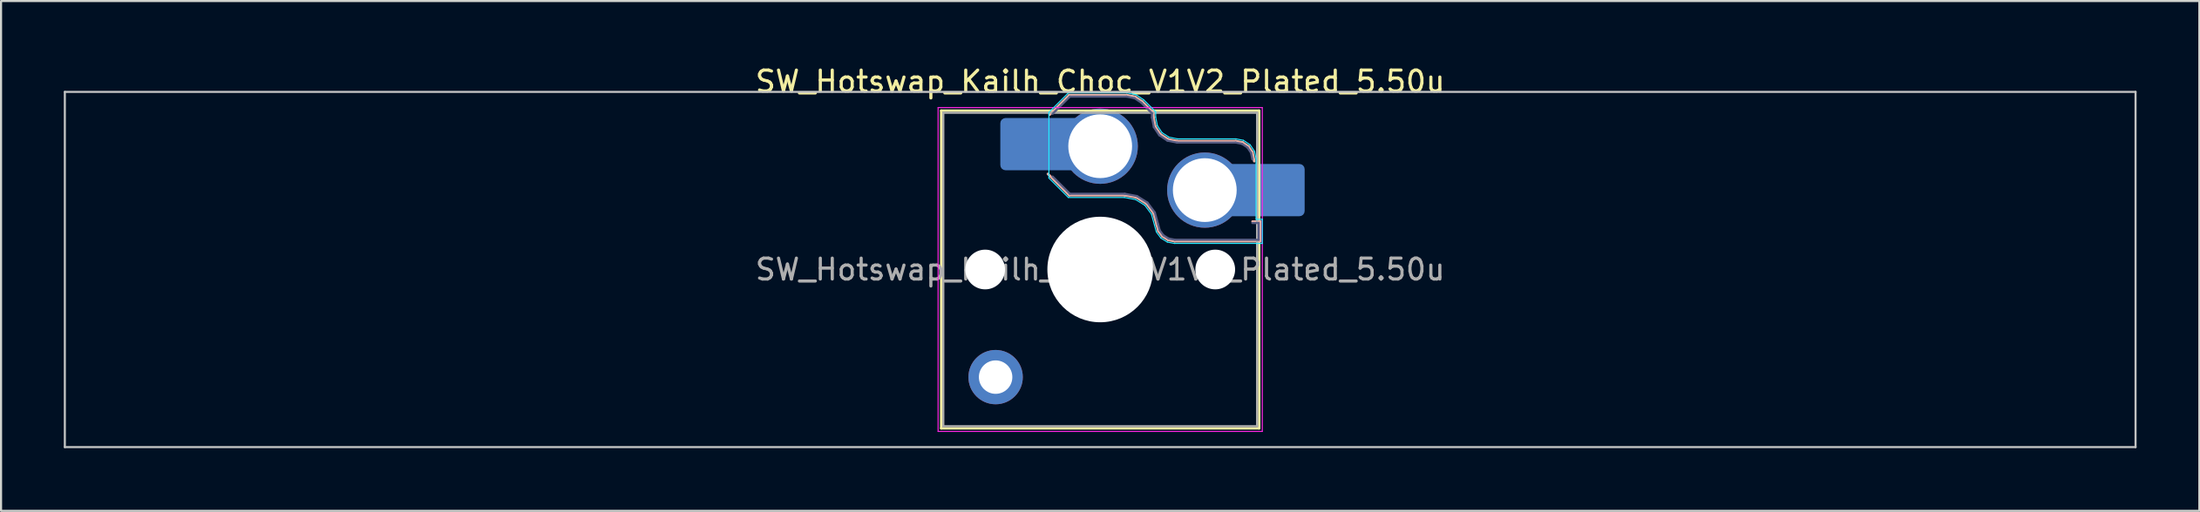
<source format=kicad_pcb>
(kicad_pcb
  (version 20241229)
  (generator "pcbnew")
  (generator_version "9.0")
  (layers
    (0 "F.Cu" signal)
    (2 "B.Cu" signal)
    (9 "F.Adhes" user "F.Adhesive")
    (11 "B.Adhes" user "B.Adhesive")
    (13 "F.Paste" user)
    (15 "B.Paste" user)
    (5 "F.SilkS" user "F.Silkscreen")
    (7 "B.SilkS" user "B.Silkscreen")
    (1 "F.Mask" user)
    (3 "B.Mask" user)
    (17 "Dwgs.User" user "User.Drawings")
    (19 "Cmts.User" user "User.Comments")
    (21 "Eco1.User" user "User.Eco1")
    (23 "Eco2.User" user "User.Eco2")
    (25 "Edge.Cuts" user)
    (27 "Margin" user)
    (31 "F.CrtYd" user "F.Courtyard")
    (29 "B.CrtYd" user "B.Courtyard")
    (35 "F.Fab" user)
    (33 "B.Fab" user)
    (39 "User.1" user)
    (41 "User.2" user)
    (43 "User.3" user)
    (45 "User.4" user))
  (footprint "SW_Hotswap_Kailh_Choc_V1V2_Plated_5.50u"
    (layer "F.Cu")
    (at 49.55 9.848)
    (property "Reference" "SW_Hotswap_Kailh_Choc_V1V2_Plated_5.50u" (at 0 -9 0) (layer "F.SilkS") (effects (font (size 1 1) (thickness 0.15))))
    (attr smd)
    (fp_line (start -7.6 -7.6) (end -7.6 7.6) (stroke (width 0.12) (type solid)) (layer "F.SilkS"))
    (fp_line (start -7.6 7.6) (end 7.6 7.6) (stroke (width 0.12) (type solid)) (layer "F.SilkS"))
    (fp_line (start 7.6 -7.6) (end -7.6 -7.6) (stroke (width 0.12) (type solid)) (layer "F.SilkS"))
    (fp_line (start 7.6 7.6) (end 7.6 -7.6) (stroke (width 0.12) (type solid)) (layer "F.SilkS"))
    (fp_line (start -2.416 -7.409) (end -1.479 -8.346) (stroke (width 0.12) (type solid)) (layer "B.SilkS"))
    (fp_line (start -1.479 -8.346) (end 1.268 -8.346) (stroke (width 0.12) (type solid)) (layer "B.SilkS"))
    (fp_line (start -1.479 -3.554) (end -2.5 -4.575) (stroke (width 0.12) (type solid)) (layer "B.SilkS"))
    (fp_line (start 1.168 -3.554) (end -1.479 -3.554) (stroke (width 0.12) (type solid)) (layer "B.SilkS"))
    (fp_line (start 1.268 -8.346) (end 1.671 -8.266) (stroke (width 0.12) (type solid)) (layer "B.SilkS"))
    (fp_line (start 1.671 -8.266) (end 2.013 -8.037) (stroke (width 0.12) (type solid)) (layer "B.SilkS"))
    (fp_line (start 1.73 -3.449) (end 1.168 -3.554) (stroke (width 0.12) (type solid)) (layer "B.SilkS"))
    (fp_line (start 2.013 -8.037) (end 2.546 -7.504) (stroke (width 0.12) (type solid)) (layer "B.SilkS"))
    (fp_line (start 2.209 -3.15) (end 1.73 -3.449) (stroke (width 0.12) (type solid)) (layer "B.SilkS"))
    (fp_line (start 2.546 -7.504) (end 2.546 -7.282) (stroke (width 0.12) (type solid)) (layer "B.SilkS"))
    (fp_line (start 2.546 -7.282) (end 2.633 -6.844) (stroke (width 0.12) (type solid)) (layer "B.SilkS"))
    (fp_line (start 2.547 -2.697) (end 2.209 -3.15) (stroke (width 0.12) (type solid)) (layer "B.SilkS"))
    (fp_line (start 2.633 -6.844) (end 2.877 -6.477) (stroke (width 0.12) (type solid)) (layer "B.SilkS"))
    (fp_line (start 2.701 -2.139) (end 2.547 -2.697) (stroke (width 0.12) (type solid)) (layer "B.SilkS"))
    (fp_line (start 2.783 -1.841) (end 2.701 -2.139) (stroke (width 0.12) (type solid)) (layer "B.SilkS"))
    (fp_line (start 2.877 -6.477) (end 3.244 -6.233) (stroke (width 0.12) (type solid)) (layer "B.SilkS"))
    (fp_line (start 2.976 -1.583) (end 2.783 -1.841) (stroke (width 0.12) (type solid)) (layer "B.SilkS"))
    (fp_line (start 3.244 -6.233) (end 3.682 -6.146) (stroke (width 0.12) (type solid)) (layer "B.SilkS"))
    (fp_line (start 3.25 -1.413) (end 2.976 -1.583) (stroke (width 0.12) (type solid)) (layer "B.SilkS"))
    (fp_line (start 3.56 -1.354) (end 3.25 -1.413) (stroke (width 0.12) (type solid)) (layer "B.SilkS"))
    (fp_line (start 3.682 -6.146) (end 6.482 -6.146) (stroke (width 0.12) (type solid)) (layer "B.SilkS"))
    (fp_line (start 6.482 -6.146) (end 6.809 -6.081) (stroke (width 0.12) (type solid)) (layer "B.SilkS"))
    (fp_line (start 6.809 -6.081) (end 7.092 -5.892) (stroke (width 0.12) (type solid)) (layer "B.SilkS"))
    (fp_line (start 7.092 -5.892) (end 7.281 -5.609) (stroke (width 0.12) (type solid)) (layer "B.SilkS"))
    (fp_line (start 7.281 -5.609) (end 7.366 -5.182) (stroke (width 0.12) (type solid)) (layer "B.SilkS"))
    (fp_line (start 7.283 -2.296) (end 7.646 -2.296) (stroke (width 0.12) (type solid)) (layer "B.SilkS"))
    (fp_line (start 7.646 -2.296) (end 7.646 -1.354) (stroke (width 0.12) (type solid)) (layer "B.SilkS"))
    (fp_line (start 7.646 -1.354) (end 3.56 -1.354) (stroke (width 0.12) (type solid)) (layer "B.SilkS"))
    (fp_line (start -49.5 -8.5) (end -49.5 8.5) (stroke (width 0.1) (type solid)) (layer "Dwgs.User"))
    (fp_line (start -49.5 8.5) (end 49.5 8.5) (stroke (width 0.1) (type solid)) (layer "Dwgs.User"))
    (fp_line (start 49.5 -8.5) (end -49.5 -8.5) (stroke (width 0.1) (type solid)) (layer "Dwgs.User"))
    (fp_line (start 49.5 8.5) (end 49.5 -8.5) (stroke (width 0.1) (type solid)) (layer "Dwgs.User"))
    (fp_line (start -7.25 -7.25) (end -7.25 7.25) (stroke (width 0.1) (type solid)) (layer "Eco1.User"))
    (fp_line (start -7.25 7.25) (end 7.25 7.25) (stroke (width 0.1) (type solid)) (layer "Eco1.User"))
    (fp_line (start 7.25 -7.25) (end -7.25 -7.25) (stroke (width 0.1) (type solid)) (layer "Eco1.User"))
    (fp_line (start 7.25 7.25) (end 7.25 -7.25) (stroke (width 0.1) (type solid)) (layer "Eco1.User"))
    (fp_line (start -2.452 -7.523) (end -1.523 -8.452) (stroke (width 0.05) (type solid)) (layer "B.CrtYd"))
    (fp_line (start -2.452 -4.377) (end -2.452 -7.523) (stroke (width 0.05) (type solid)) (layer "B.CrtYd"))
    (fp_line (start -1.523 -8.452) (end 1.278 -8.452) (stroke (width 0.05) (type solid)) (layer "B.CrtYd"))
    (fp_line (start -1.523 -3.448) (end -2.452 -4.377) (stroke (width 0.05) (type solid)) (layer "B.CrtYd"))
    (fp_line (start 1.159 -3.448) (end -1.523 -3.448) (stroke (width 0.05) (type solid)) (layer "B.CrtYd"))
    (fp_line (start 1.278 -8.452) (end 1.712 -8.366) (stroke (width 0.05) (type solid)) (layer "B.CrtYd"))
    (fp_line (start 1.691 -3.348) (end 1.159 -3.448) (stroke (width 0.05) (type solid)) (layer "B.CrtYd"))
    (fp_line (start 1.712 -8.366) (end 2.081 -8.119) (stroke (width 0.05) (type solid)) (layer "B.CrtYd"))
    (fp_line (start 2.081 -8.119) (end 2.652 -7.548) (stroke (width 0.05) (type solid)) (layer "B.CrtYd"))
    (fp_line (start 2.136 -3.071) (end 1.691 -3.348) (stroke (width 0.05) (type solid)) (layer "B.CrtYd"))
    (fp_line (start 2.45 -2.65) (end 2.136 -3.071) (stroke (width 0.05) (type solid)) (layer "B.CrtYd"))
    (fp_line (start 2.599 -2.111) (end 2.45 -2.65) (stroke (width 0.05) (type solid)) (layer "B.CrtYd"))
    (fp_line (start 2.652 -7.548) (end 2.652 -7.292) (stroke (width 0.05) (type solid)) (layer "B.CrtYd"))
    (fp_line (start 2.652 -7.292) (end 2.733 -6.885) (stroke (width 0.05) (type solid)) (layer "B.CrtYd"))
    (fp_line (start 2.687 -1.794) (end 2.599 -2.111) (stroke (width 0.05) (type solid)) (layer "B.CrtYd"))
    (fp_line (start 2.733 -6.885) (end 2.953 -6.553) (stroke (width 0.05) (type solid)) (layer "B.CrtYd"))
    (fp_line (start 2.903 -1.503) (end 2.687 -1.794) (stroke (width 0.05) (type solid)) (layer "B.CrtYd"))
    (fp_line (start 2.953 -6.553) (end 3.285 -6.333) (stroke (width 0.05) (type solid)) (layer "B.CrtYd"))
    (fp_line (start 3.211 -1.312) (end 2.903 -1.503) (stroke (width 0.05) (type solid)) (layer "B.CrtYd"))
    (fp_line (start 3.285 -6.333) (end 3.692 -6.252) (stroke (width 0.05) (type solid)) (layer "B.CrtYd"))
    (fp_line (start 3.55 -1.248) (end 3.211 -1.312) (stroke (width 0.05) (type solid)) (layer "B.CrtYd"))
    (fp_line (start 3.692 -6.252) (end 6.492 -6.252) (stroke (width 0.05) (type solid)) (layer "B.CrtYd"))
    (fp_line (start 6.492 -6.252) (end 6.85 -6.181) (stroke (width 0.05) (type solid)) (layer "B.CrtYd"))
    (fp_line (start 6.85 -6.181) (end 7.168 -5.968) (stroke (width 0.05) (type solid)) (layer "B.CrtYd"))
    (fp_line (start 7.168 -5.968) (end 7.381 -5.65) (stroke (width 0.05) (type solid)) (layer "B.CrtYd"))
    (fp_line (start 7.381 -5.65) (end 7.452 -5.292) (stroke (width 0.05) (type solid)) (layer "B.CrtYd"))
    (fp_line (start 7.452 -5.292) (end 7.452 -2.402) (stroke (width 0.05) (type solid)) (layer "B.CrtYd"))
    (fp_line (start 7.452 -2.402) (end 7.752 -2.402) (stroke (width 0.05) (type solid)) (layer "B.CrtYd"))
    (fp_line (start 7.752 -2.402) (end 7.752 -1.248) (stroke (width 0.05) (type solid)) (layer "B.CrtYd"))
    (fp_line (start 7.752 -1.248) (end 3.55 -1.248) (stroke (width 0.05) (type solid)) (layer "B.CrtYd"))
    (fp_line (start -7.75 -7.75) (end -7.75 7.75) (stroke (width 0.05) (type solid)) (layer "F.CrtYd"))
    (fp_line (start -7.75 7.75) (end 7.75 7.75) (stroke (width 0.05) (type solid)) (layer "F.CrtYd"))
    (fp_line (start 7.75 -7.75) (end -7.75 -7.75) (stroke (width 0.05) (type solid)) (layer "F.CrtYd"))
    (fp_line (start 7.75 7.75) (end 7.75 -7.75) (stroke (width 0.05) (type solid)) (layer "F.CrtYd"))
    (fp_line (start -2.275 -7.45) (end -1.45 -8.275) (stroke (width 0.1) (type solid)) (layer "B.Fab"))
    (fp_line (start -1.45 -8.275) (end 1.261 -8.275) (stroke (width 0.1) (type solid)) (layer "B.Fab"))
    (fp_line (start -1.45 -3.625) (end -2.275 -4.45) (stroke (width 0.1) (type solid)) (layer "B.Fab"))
    (fp_line (start 1.175 -3.625) (end -1.45 -3.625) (stroke (width 0.1) (type solid)) (layer "B.Fab"))
    (fp_line (start 1.261 -8.275) (end 1.643 -8.199) (stroke (width 0.1) (type solid)) (layer "B.Fab"))
    (fp_line (start 1.643 -8.199) (end 1.968 -7.982) (stroke (width 0.1) (type solid)) (layer "B.Fab"))
    (fp_line (start 1.756 -3.516) (end 1.175 -3.625) (stroke (width 0.1) (type solid)) (layer "B.Fab"))
    (fp_line (start 1.968 -7.982) (end 2.475 -7.475) (stroke (width 0.1) (type solid)) (layer "B.Fab"))
    (fp_line (start 2.258 -3.203) (end 1.756 -3.516) (stroke (width 0.1) (type solid)) (layer "B.Fab"))
    (fp_line (start 2.475 -7.475) (end 2.475 -7.275) (stroke (width 0.1) (type solid)) (layer "B.Fab"))
    (fp_line (start 2.475 -7.275) (end 2.566 -6.816) (stroke (width 0.1) (type solid)) (layer "B.Fab"))
    (fp_line (start 2.566 -6.816) (end 2.826 -6.426) (stroke (width 0.1) (type solid)) (layer "B.Fab"))
    (fp_line (start 2.612 -2.729) (end 2.258 -3.203) (stroke (width 0.1) (type solid)) (layer "B.Fab"))
    (fp_line (start 2.769 -2.158) (end 2.612 -2.729) (stroke (width 0.1) (type solid)) (layer "B.Fab"))
    (fp_line (start 2.826 -6.426) (end 3.216 -6.166) (stroke (width 0.1) (type solid)) (layer "B.Fab"))
    (fp_line (start 2.848 -1.873) (end 2.769 -2.158) (stroke (width 0.1) (type solid)) (layer "B.Fab"))
    (fp_line (start 3.025 -1.636) (end 2.848 -1.873) (stroke (width 0.1) (type solid)) (layer "B.Fab"))
    (fp_line (start 3.216 -6.166) (end 3.675 -6.075) (stroke (width 0.1) (type solid)) (layer "B.Fab"))
    (fp_line (start 3.276 -1.48) (end 3.025 -1.636) (stroke (width 0.1) (type solid)) (layer "B.Fab"))
    (fp_line (start 3.567 -1.425) (end 3.276 -1.48) (stroke (width 0.1) (type solid)) (layer "B.Fab"))
    (fp_line (start 3.675 -6.075) (end 6.475 -6.075) (stroke (width 0.1) (type solid)) (layer "B.Fab"))
    (fp_line (start 6.475 -6.075) (end 6.781 -6.014) (stroke (width 0.1) (type solid)) (layer "B.Fab"))
    (fp_line (start 6.781 -6.014) (end 7.041 -5.841) (stroke (width 0.1) (type solid)) (layer "B.Fab"))
    (fp_line (start 7.041 -5.841) (end 7.214 -5.581) (stroke (width 0.1) (type solid)) (layer "B.Fab"))
    (fp_line (start 7.214 -5.581) (end 7.275 -5.275) (stroke (width 0.1) (type solid)) (layer "B.Fab"))
    (fp_line (start 7.275 -2.225) (end 7.575 -2.225) (stroke (width 0.1) (type solid)) (layer "B.Fab"))
    (fp_line (start 7.575 -2.225) (end 7.575 -1.425) (stroke (width 0.1) (type solid)) (layer "B.Fab"))
    (fp_line (start 7.575 -1.425) (end 3.567 -1.425) (stroke (width 0.1) (type solid)) (layer "B.Fab"))
    (fp_line (start -7.5 -7.5) (end -7.5 7.5) (stroke (width 0.1) (type solid)) (layer "F.Fab"))
    (fp_line (start -7.5 7.5) (end 7.5 7.5) (stroke (width 0.1) (type solid)) (layer "F.Fab"))
    (fp_line (start 7.5 -7.5) (end -7.5 -7.5) (stroke (width 0.1) (type solid)) (layer "F.Fab"))
    (fp_line (start 7.5 7.5) (end 7.5 -7.5) (stroke (width 0.1) (type solid)) (layer "F.Fab"))
    (fp_text user "${REFERENCE}" (at 0 0 0) (layer "F.Fab") (effects (font (size 1 1) (thickness 0.15))))
    (pad "" np_thru_hole circle (at -5.5 0) (size 1.9 1.9) (drill 1.9) (layers "*.Cu" "*.Mask"))
    (pad "" thru_hole circle (at -5 5.15) (size 2.6 2.6) (drill 1.6) (layers "*.Cu" "*.Mask"))
    (pad "" smd roundrect (at -3.5 -6) (size 2.55 2.5) (layers "B.Mask" "B.Paste") (roundrect_rratio 0.1))
    (pad "" np_thru_hole circle (at 0 0) (size 5.05 5.05) (drill 5.05) (layers "*.Cu" "*.Mask"))
    (pad "" np_thru_hole circle (at 5.5 0) (size 1.9 1.9) (drill 1.9) (layers "*.Cu" "*.Mask"))
    (pad "" smd roundrect (at 8.5 -3.8) (size 2.55 2.5) (layers "B.Mask" "B.Paste") (roundrect_rratio 0.1))
    (pad "1" smd roundrect (at -2.85 -6) (size 3.85 2.5) (layers "B.Cu") (roundrect_rratio 0.1))
    (pad "1" thru_hole circle (at 0 -5.9) (size 3.6 3.6) (drill 3.05) (layers "*.Cu" "*.Mask"))
    (pad "2" thru_hole circle (at 5 -3.8) (size 3.6 3.6) (drill 3.05) (layers "*.Cu" "*.Mask"))
    (pad "2" smd roundrect (at 7.85 -3.8) (size 3.85 2.5) (layers "B.Cu") (roundrect_rratio 0.1)))
  (gr_rect
    (start -3 -3)
    (end 102.1 21.398)
    (stroke (width 0.1) (type default))
    (fill no)
    (layer "Edge.Cuts")))
</source>
